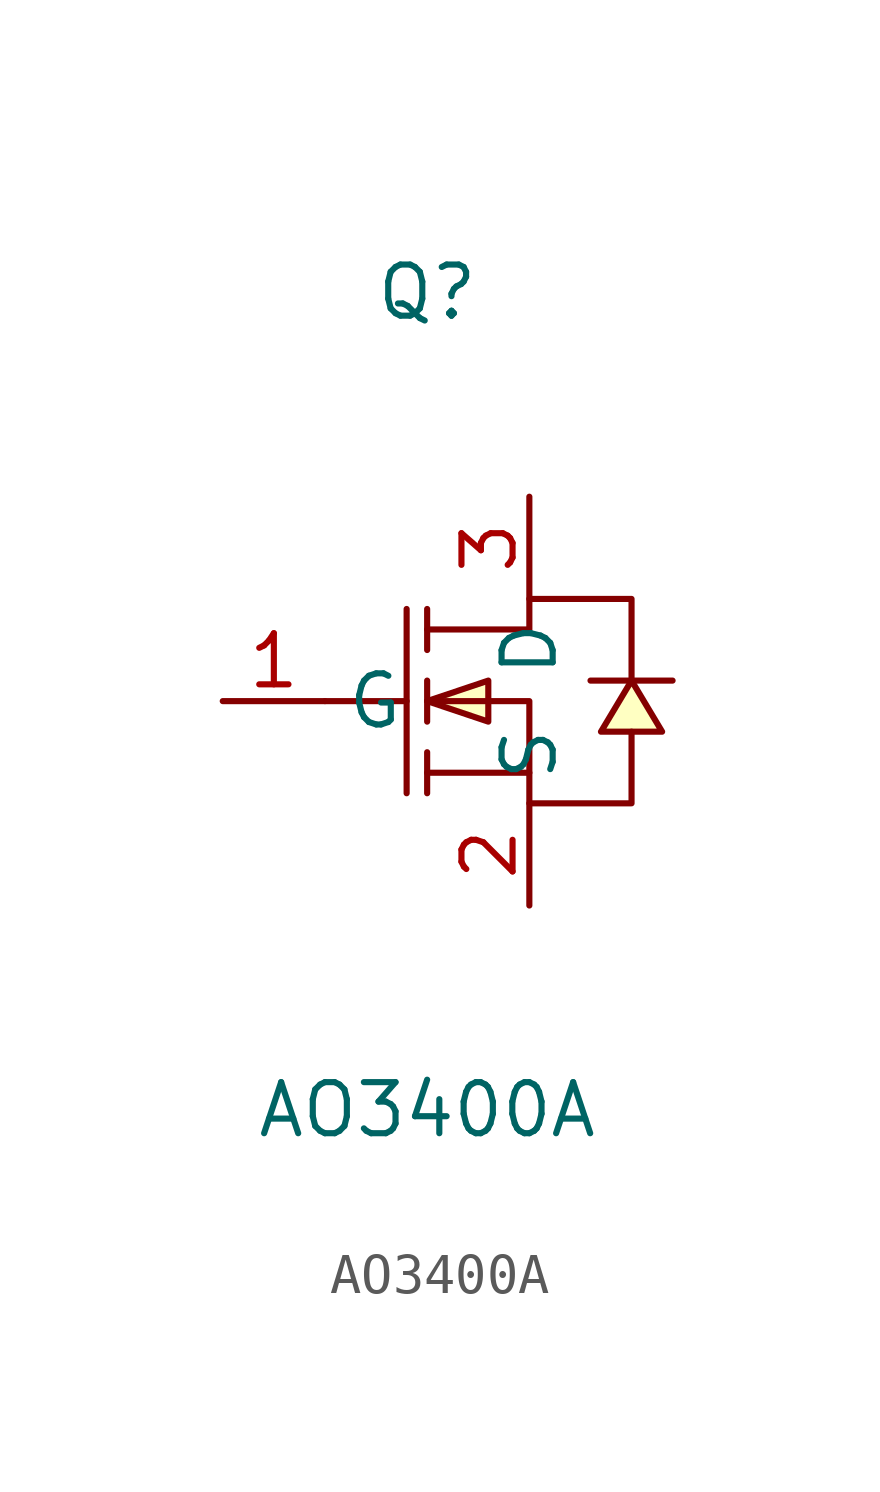
<source format=kicad_sym>
(kicad_symbol_lib
  (version 20211014)
  (generator https://github.com/uPesy/easyeda2kicad.py)
  (symbol "AO3400A"
    (property "Reference" "Q"
      (at 0 10.16 0)
      (effects (font (size 1.27 1.27))))
    (property "Value" "AO3400A"
      (at 0 -10.16 0)
      (effects (font (size 1.27 1.27))))
    (symbol "AO3400A_0_1"
      (polyline (pts (xy 0.00 1.78) (xy 2.54 1.78) (xy 2.54 2.54) (xy 5.08 2.54) (xy 5.08 0.51)) (stroke (width 0) (type default) (color 0 0 0 0)) (fill (type none)))
      (polyline (pts (xy 0.00 -0.00) (xy 2.54 -0.00) (xy 2.54 -2.54) (xy 5.08 -2.54) (xy 5.08 -0.76)) (stroke (width 0) (type default) (color 0 0 0 0)) (fill (type none)))
      (polyline (pts (xy 2.54 -1.78) (xy 0.00 -1.78)) (stroke (width 0) (type default) (color 0 0 0 0)) (fill (type none)))
      (polyline (pts (xy -0.51 2.29) (xy -0.51 -2.29)) (stroke (width 0) (type default) (color 0 0 0 0)) (fill (type none)))
      (polyline (pts (xy 0.00 2.29) (xy 0.00 1.27)) (stroke (width 0) (type default) (color 0 0 0 0)) (fill (type none)))
      (polyline (pts (xy 0.00 -0.51) (xy 0.00 0.51)) (stroke (width 0) (type default) (color 0 0 0 0)) (fill (type none)))
      (polyline (pts (xy 0.00 -2.29) (xy 0.00 -1.27)) (stroke (width 0) (type default) (color 0 0 0 0)) (fill (type none)))
      (polyline (pts (xy -2.54 -0.00) (xy -0.51 -0.00)) (stroke (width 0) (type default) (color 0 0 0 0)) (fill (type none)))
      (polyline (pts (xy 6.10 0.51) (xy 5.59 0.51) (xy 4.57 0.51) (xy 4.06 0.51)) (stroke (width 0) (type default) (color 0 0 0 0)) (fill (type none)))
      (polyline (pts (xy 0.00 -0.00) (xy 1.52 -0.51) (xy 1.52 0.51) (xy 0.00 -0.00)) (stroke (width 0) (type default) (color 0 0 0 0)) (fill (type background)))
      (polyline (pts (xy 5.08 0.51) (xy 4.32 -0.76) (xy 5.84 -0.76) (xy 5.08 0.51)) (stroke (width 0) (type default) (color 0 0 0 0)) (fill (type background)))
      (pin unspecified line (at 2.54 5.08 270) (length 2.54) (name "D" (effects (font (size 1.27 1.27)))) (number "3" (effects (font (size 1.27 1.27)))))
      (pin unspecified line (at -5.08 -0.00 0) (length 2.54) (name "G" (effects (font (size 1.27 1.27)))) (number "1" (effects (font (size 1.27 1.27)))))
      (pin unspecified line (at 2.54 -5.08 90) (length 2.54) (name "S" (effects (font (size 1.27 1.27)))) (number "2" (effects (font (size 1.27 1.27))))))))
</source>
